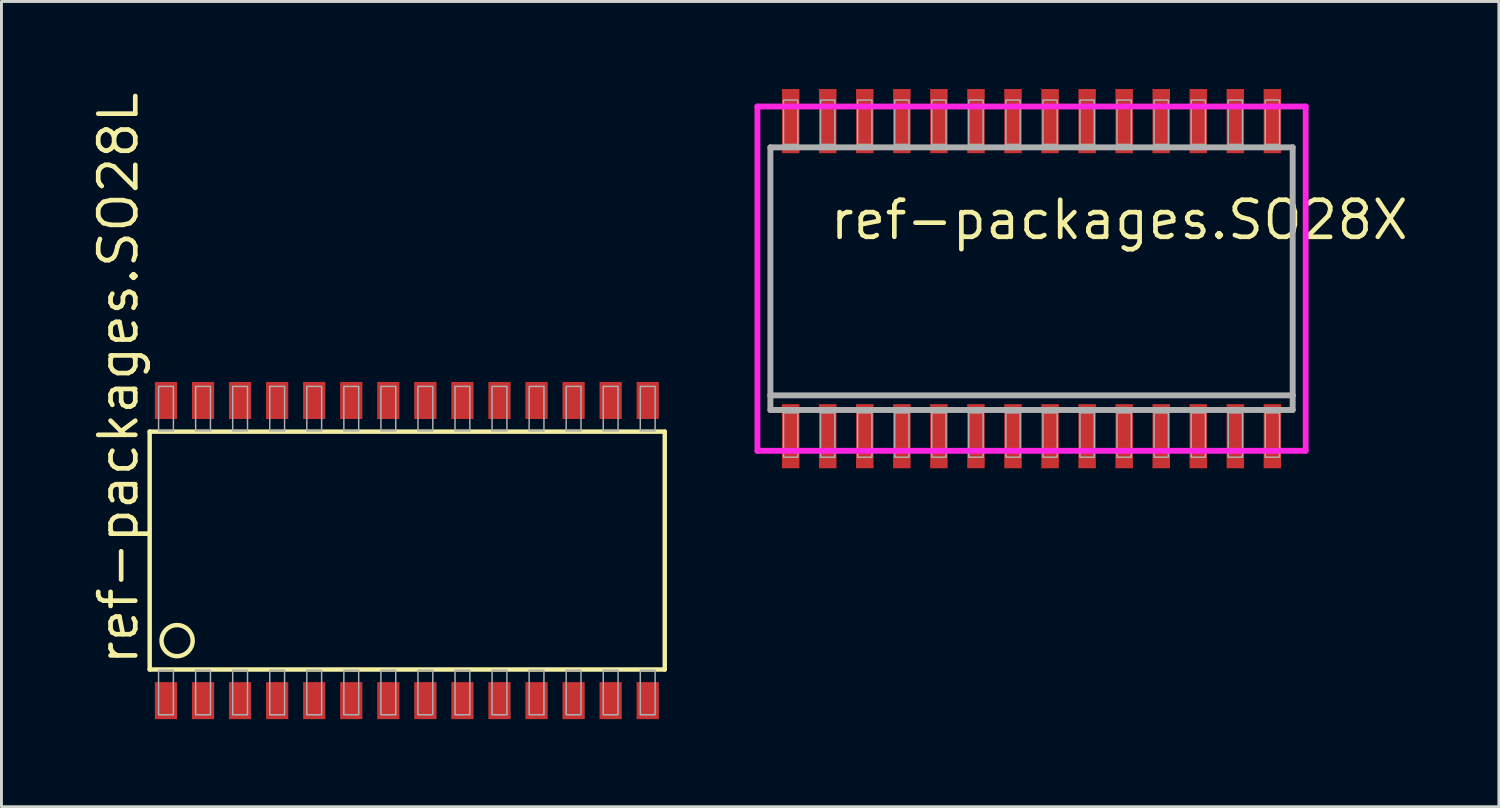
<source format=kicad_pcb>
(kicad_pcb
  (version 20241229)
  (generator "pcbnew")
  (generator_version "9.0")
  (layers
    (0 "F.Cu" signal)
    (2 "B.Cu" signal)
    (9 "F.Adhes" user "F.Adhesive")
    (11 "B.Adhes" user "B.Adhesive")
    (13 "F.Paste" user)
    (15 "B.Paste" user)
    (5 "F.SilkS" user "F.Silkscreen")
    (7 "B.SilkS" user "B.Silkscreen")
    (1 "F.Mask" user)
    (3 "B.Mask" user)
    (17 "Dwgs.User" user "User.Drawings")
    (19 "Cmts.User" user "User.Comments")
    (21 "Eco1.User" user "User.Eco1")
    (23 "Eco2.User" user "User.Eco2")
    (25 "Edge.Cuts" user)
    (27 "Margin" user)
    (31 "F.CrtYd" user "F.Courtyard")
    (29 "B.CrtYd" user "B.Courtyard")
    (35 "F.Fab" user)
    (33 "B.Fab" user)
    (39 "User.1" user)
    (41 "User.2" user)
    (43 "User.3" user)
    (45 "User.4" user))
  (footprint "ref-packages.SO28X"
    (layer "F.Cu")
    (at 32.304 6.5)
    (property "Reference" "ref-packages.SO28X" (at -6.985 -1.27 0) (layer "F.SilkS") (effects (font (size 1.27 1.27) (thickness 0.16)) (justify left bottom)))
    (attr smd)
    (fp_line (start -9.395 -5.9) (end 9.395 -5.9) (stroke (width 0.2) (type default)) (layer "F.CrtYd"))
    (fp_line (start -9.395 5.9) (end -9.395 -5.9) (stroke (width 0.2) (type default)) (layer "F.CrtYd"))
    (fp_line (start 9.395 -5.9) (end 9.395 5.9) (stroke (width 0.2) (type default)) (layer "F.CrtYd"))
    (fp_line (start 9.395 5.9) (end -9.395 5.9) (stroke (width 0.2) (type default)) (layer "F.CrtYd"))
    (fp_line (start -8.95 -4.5) (end 8.95 -4.5) (stroke (width 0.203) (type default)) (layer "F.Fab"))
    (fp_line (start -8.95 4) (end -8.95 -4.5) (stroke (width 0.203) (type default)) (layer "F.Fab"))
    (fp_line (start -8.95 4.5) (end -8.95 4) (stroke (width 0.203) (type default)) (layer "F.Fab"))
    (fp_line (start 8.95 -4.5) (end 8.95 4) (stroke (width 0.203) (type default)) (layer "F.Fab"))
    (fp_line (start 8.95 4) (end -8.95 4) (stroke (width 0.203) (type default)) (layer "F.Fab"))
    (fp_line (start 8.95 4) (end 8.95 4.5) (stroke (width 0.203) (type default)) (layer "F.Fab"))
    (fp_line (start 8.95 4.5) (end -8.95 4.5) (stroke (width 0.203) (type default)) (layer "F.Fab"))
    (fp_rect (start -8.5 -4.6) (end -8.01 -6.12) (stroke (width 0.05) (type default)) (fill no) (layer "F.Fab"))
    (fp_rect (start -8.5 6.12) (end -8.01 4.6) (stroke (width 0.05) (type default)) (fill no) (layer "F.Fab"))
    (fp_rect (start -7.23 -4.6) (end -6.74 -6.12) (stroke (width 0.05) (type default)) (fill no) (layer "F.Fab"))
    (fp_rect (start -7.23 6.12) (end -6.74 4.6) (stroke (width 0.05) (type default)) (fill no) (layer "F.Fab"))
    (fp_rect (start -5.96 -4.6) (end -5.47 -6.12) (stroke (width 0.05) (type default)) (fill no) (layer "F.Fab"))
    (fp_rect (start -5.96 6.12) (end -5.47 4.6) (stroke (width 0.05) (type default)) (fill no) (layer "F.Fab"))
    (fp_rect (start -4.69 -4.6) (end -4.2 -6.12) (stroke (width 0.05) (type default)) (fill no) (layer "F.Fab"))
    (fp_rect (start -4.69 6.12) (end -4.2 4.6) (stroke (width 0.05) (type default)) (fill no) (layer "F.Fab"))
    (fp_rect (start -3.42 -4.6) (end -2.93 -6.12) (stroke (width 0.05) (type default)) (fill no) (layer "F.Fab"))
    (fp_rect (start -3.42 6.12) (end -2.93 4.6) (stroke (width 0.05) (type default)) (fill no) (layer "F.Fab"))
    (fp_rect (start -2.15 -4.6) (end -1.66 -6.12) (stroke (width 0.05) (type default)) (fill no) (layer "F.Fab"))
    (fp_rect (start -2.15 6.12) (end -1.66 4.6) (stroke (width 0.05) (type default)) (fill no) (layer "F.Fab"))
    (fp_rect (start -0.88 -4.6) (end -0.39 -6.12) (stroke (width 0.05) (type default)) (fill no) (layer "F.Fab"))
    (fp_rect (start -0.88 6.12) (end -0.39 4.6) (stroke (width 0.05) (type default)) (fill no) (layer "F.Fab"))
    (fp_rect (start 0.39 -4.6) (end 0.88 -6.12) (stroke (width 0.05) (type default)) (fill no) (layer "F.Fab"))
    (fp_rect (start 0.39 6.12) (end 0.88 4.6) (stroke (width 0.05) (type default)) (fill no) (layer "F.Fab"))
    (fp_rect (start 1.66 -4.6) (end 2.15 -6.12) (stroke (width 0.05) (type default)) (fill no) (layer "F.Fab"))
    (fp_rect (start 1.66 6.12) (end 2.15 4.6) (stroke (width 0.05) (type default)) (fill no) (layer "F.Fab"))
    (fp_rect (start 2.93 -4.6) (end 3.42 -6.12) (stroke (width 0.05) (type default)) (fill no) (layer "F.Fab"))
    (fp_rect (start 2.93 6.12) (end 3.42 4.6) (stroke (width 0.05) (type default)) (fill no) (layer "F.Fab"))
    (fp_rect (start 4.2 -4.6) (end 4.69 -6.12) (stroke (width 0.05) (type default)) (fill no) (layer "F.Fab"))
    (fp_rect (start 4.2 6.12) (end 4.69 4.6) (stroke (width 0.05) (type default)) (fill no) (layer "F.Fab"))
    (fp_rect (start 5.47 -4.6) (end 5.96 -6.12) (stroke (width 0.05) (type default)) (fill no) (layer "F.Fab"))
    (fp_rect (start 5.47 6.12) (end 5.96 4.6) (stroke (width 0.05) (type default)) (fill no) (layer "F.Fab"))
    (fp_rect (start 6.74 -4.6) (end 7.23 -6.12) (stroke (width 0.05) (type default)) (fill no) (layer "F.Fab"))
    (fp_rect (start 6.74 6.12) (end 7.23 4.6) (stroke (width 0.05) (type default)) (fill no) (layer "F.Fab"))
    (fp_rect (start 8.01 -4.6) (end 8.5 -6.12) (stroke (width 0.05) (type default)) (fill no) (layer "F.Fab"))
    (fp_rect (start 8.01 6.12) (end 8.5 4.6) (stroke (width 0.05) (type default)) (fill no) (layer "F.Fab"))
    (pad "1" smd roundrect (at -8.255 5.4) (size 0.6 2.2) (layers "F.Cu" "F.Mask" "F.Paste") (roundrect_rratio 0.01))
    (pad "2" smd roundrect (at -6.985 5.4) (size 0.6 2.2) (layers "F.Cu" "F.Mask" "F.Paste") (roundrect_rratio 0.01))
    (pad "3" smd roundrect (at -5.715 5.4) (size 0.6 2.2) (layers "F.Cu" "F.Mask" "F.Paste") (roundrect_rratio 0.01))
    (pad "4" smd roundrect (at -4.445 5.4) (size 0.6 2.2) (layers "F.Cu" "F.Mask" "F.Paste") (roundrect_rratio 0.01))
    (pad "5" smd roundrect (at -3.175 5.4) (size 0.6 2.2) (layers "F.Cu" "F.Mask" "F.Paste") (roundrect_rratio 0.01))
    (pad "6" smd roundrect (at -1.905 5.4) (size 0.6 2.2) (layers "F.Cu" "F.Mask" "F.Paste") (roundrect_rratio 0.01))
    (pad "7" smd roundrect (at -0.635 5.4) (size 0.6 2.2) (layers "F.Cu" "F.Mask" "F.Paste") (roundrect_rratio 0.01))
    (pad "8" smd roundrect (at 0.635 5.4) (size 0.6 2.2) (layers "F.Cu" "F.Mask" "F.Paste") (roundrect_rratio 0.01))
    (pad "9" smd roundrect (at 1.905 5.4) (size 0.6 2.2) (layers "F.Cu" "F.Mask" "F.Paste") (roundrect_rratio 0.01))
    (pad "10" smd roundrect (at 3.175 5.4) (size 0.6 2.2) (layers "F.Cu" "F.Mask" "F.Paste") (roundrect_rratio 0.01))
    (pad "11" smd roundrect (at 4.445 5.4) (size 0.6 2.2) (layers "F.Cu" "F.Mask" "F.Paste") (roundrect_rratio 0.01))
    (pad "12" smd roundrect (at 5.715 5.4) (size 0.6 2.2) (layers "F.Cu" "F.Mask" "F.Paste") (roundrect_rratio 0.01))
    (pad "13" smd roundrect (at 6.985 5.4) (size 0.6 2.2) (layers "F.Cu" "F.Mask" "F.Paste") (roundrect_rratio 0.01))
    (pad "14" smd roundrect (at 8.255 5.4) (size 0.6 2.2) (layers "F.Cu" "F.Mask" "F.Paste") (roundrect_rratio 0.01))
    (pad "15" smd roundrect (at 8.255 -5.4) (size 0.6 2.2) (layers "F.Cu" "F.Mask" "F.Paste") (roundrect_rratio 0.01))
    (pad "16" smd roundrect (at 6.985 -5.4) (size 0.6 2.2) (layers "F.Cu" "F.Mask" "F.Paste") (roundrect_rratio 0.01))
    (pad "17" smd roundrect (at 5.715 -5.4) (size 0.6 2.2) (layers "F.Cu" "F.Mask" "F.Paste") (roundrect_rratio 0.01))
    (pad "18" smd roundrect (at 4.445 -5.4) (size 0.6 2.2) (layers "F.Cu" "F.Mask" "F.Paste") (roundrect_rratio 0.01))
    (pad "19" smd roundrect (at 3.175 -5.4) (size 0.6 2.2) (layers "F.Cu" "F.Mask" "F.Paste") (roundrect_rratio 0.01))
    (pad "20" smd roundrect (at 1.905 -5.4) (size 0.6 2.2) (layers "F.Cu" "F.Mask" "F.Paste") (roundrect_rratio 0.01))
    (pad "21" smd roundrect (at 0.635 -5.4) (size 0.6 2.2) (layers "F.Cu" "F.Mask" "F.Paste") (roundrect_rratio 0.01))
    (pad "22" smd roundrect (at -0.635 -5.4) (size 0.6 2.2) (layers "F.Cu" "F.Mask" "F.Paste") (roundrect_rratio 0.01))
    (pad "23" smd roundrect (at -1.905 -5.4) (size 0.6 2.2) (layers "F.Cu" "F.Mask" "F.Paste") (roundrect_rratio 0.01))
    (pad "24" smd roundrect (at -3.175 -5.4) (size 0.6 2.2) (layers "F.Cu" "F.Mask" "F.Paste") (roundrect_rratio 0.01))
    (pad "25" smd roundrect (at -4.445 -5.4) (size 0.6 2.2) (layers "F.Cu" "F.Mask" "F.Paste") (roundrect_rratio 0.01))
    (pad "26" smd roundrect (at -5.715 -5.4) (size 0.6 2.2) (layers "F.Cu" "F.Mask" "F.Paste") (roundrect_rratio 0.01))
    (pad "27" smd roundrect (at -6.985 -5.4) (size 0.6 2.2) (layers "F.Cu" "F.Mask" "F.Paste") (roundrect_rratio 0.01))
    (pad "28" smd roundrect (at -8.255 -5.4) (size 0.6 2.2) (layers "F.Cu" "F.Mask" "F.Paste") (roundrect_rratio 0.01)))
  (footprint "ref-packages.SO28L"
    (layer "F.Cu")
    (at 10.259 15.756)
    (property "Reference" "ref-packages.SO28L" (at -8.509 4.064 90) (layer "F.SilkS") (effects (font (size 1.27 1.27) (thickness 0.16)) (justify left bottom)))
    (attr smd)
    (fp_line (start -8.179 -4.013) (end -8.179 4.14) (stroke (width 0.152) (type default)) (layer "F.SilkS"))
    (fp_line (start -8.179 4.14) (end 9.474 4.14) (stroke (width 0.152) (type default)) (layer "F.SilkS"))
    (fp_line (start 9.474 -4.013) (end -8.179 -4.013) (stroke (width 0.152) (type default)) (layer "F.SilkS"))
    (fp_line (start 9.474 4.14) (end 9.474 -4.013) (stroke (width 0.152) (type default)) (layer "F.SilkS"))
    (fp_circle (center -7.239 3.15) (end -6.706 3.15) (stroke (width 0.152) (type default)) (fill no) (layer "F.SilkS"))
    (fp_rect (start -7.874 -4.039) (end -7.366 -5.563) (stroke (width 0.05) (type default)) (fill no) (layer "F.Fab"))
    (fp_rect (start -7.874 5.69) (end -7.366 4.166) (stroke (width 0.05) (type default)) (fill no) (layer "F.Fab"))
    (fp_rect (start -6.604 -4.039) (end -6.096 -5.563) (stroke (width 0.05) (type default)) (fill no) (layer "F.Fab"))
    (fp_rect (start -6.604 5.69) (end -6.096 4.166) (stroke (width 0.05) (type default)) (fill no) (layer "F.Fab"))
    (fp_rect (start -5.334 -4.039) (end -4.826 -5.563) (stroke (width 0.05) (type default)) (fill no) (layer "F.Fab"))
    (fp_rect (start -5.334 5.69) (end -4.826 4.166) (stroke (width 0.05) (type default)) (fill no) (layer "F.Fab"))
    (fp_rect (start -4.064 -4.039) (end -3.556 -5.563) (stroke (width 0.05) (type default)) (fill no) (layer "F.Fab"))
    (fp_rect (start -4.064 5.69) (end -3.556 4.166) (stroke (width 0.05) (type default)) (fill no) (layer "F.Fab"))
    (fp_rect (start -2.794 -4.039) (end -2.286 -5.563) (stroke (width 0.05) (type default)) (fill no) (layer "F.Fab"))
    (fp_rect (start -2.794 5.69) (end -2.286 4.166) (stroke (width 0.05) (type default)) (fill no) (layer "F.Fab"))
    (fp_rect (start -1.524 -4.039) (end -1.016 -5.563) (stroke (width 0.05) (type default)) (fill no) (layer "F.Fab"))
    (fp_rect (start -1.524 5.69) (end -1.016 4.166) (stroke (width 0.05) (type default)) (fill no) (layer "F.Fab"))
    (fp_rect (start -0.254 -4.039) (end 0.254 -5.563) (stroke (width 0.05) (type default)) (fill no) (layer "F.Fab"))
    (fp_rect (start -0.254 5.69) (end 0.254 4.166) (stroke (width 0.05) (type default)) (fill no) (layer "F.Fab"))
    (fp_rect (start 1.016 -4.039) (end 1.524 -5.563) (stroke (width 0.05) (type default)) (fill no) (layer "F.Fab"))
    (fp_rect (start 1.016 5.69) (end 1.524 4.166) (stroke (width 0.05) (type default)) (fill no) (layer "F.Fab"))
    (fp_rect (start 2.286 -4.039) (end 2.794 -5.563) (stroke (width 0.05) (type default)) (fill no) (layer "F.Fab"))
    (fp_rect (start 2.286 5.69) (end 2.794 4.166) (stroke (width 0.05) (type default)) (fill no) (layer "F.Fab"))
    (fp_rect (start 3.556 -4.039) (end 4.064 -5.563) (stroke (width 0.05) (type default)) (fill no) (layer "F.Fab"))
    (fp_rect (start 3.556 5.69) (end 4.064 4.166) (stroke (width 0.05) (type default)) (fill no) (layer "F.Fab"))
    (fp_rect (start 4.826 -4.039) (end 5.334 -5.563) (stroke (width 0.05) (type default)) (fill no) (layer "F.Fab"))
    (fp_rect (start 4.826 5.69) (end 5.334 4.166) (stroke (width 0.05) (type default)) (fill no) (layer "F.Fab"))
    (fp_rect (start 6.096 -4.039) (end 6.604 -5.563) (stroke (width 0.05) (type default)) (fill no) (layer "F.Fab"))
    (fp_rect (start 6.096 5.69) (end 6.604 4.166) (stroke (width 0.05) (type default)) (fill no) (layer "F.Fab"))
    (fp_rect (start 7.366 -4.039) (end 7.874 -5.563) (stroke (width 0.05) (type default)) (fill no) (layer "F.Fab"))
    (fp_rect (start 7.366 5.69) (end 7.874 4.166) (stroke (width 0.05) (type default)) (fill no) (layer "F.Fab"))
    (fp_rect (start 8.636 -4.039) (end 9.144 -5.563) (stroke (width 0.05) (type default)) (fill no) (layer "F.Fab"))
    (fp_rect (start 8.636 5.69) (end 9.144 4.166) (stroke (width 0.05) (type default)) (fill no) (layer "F.Fab"))
    (pad "1" smd roundrect (at -7.62 5.207) (size 0.762 1.27) (layers "F.Cu" "F.Mask" "F.Paste") (roundrect_rratio 0.01))
    (pad "2" smd roundrect (at -6.35 5.207) (size 0.762 1.27) (layers "F.Cu" "F.Mask" "F.Paste") (roundrect_rratio 0.01))
    (pad "3" smd roundrect (at -5.08 5.207) (size 0.762 1.27) (layers "F.Cu" "F.Mask" "F.Paste") (roundrect_rratio 0.01))
    (pad "4" smd roundrect (at -3.81 5.207) (size 0.762 1.27) (layers "F.Cu" "F.Mask" "F.Paste") (roundrect_rratio 0.01))
    (pad "5" smd roundrect (at -2.54 5.207) (size 0.762 1.27) (layers "F.Cu" "F.Mask" "F.Paste") (roundrect_rratio 0.01))
    (pad "6" smd roundrect (at -1.27 5.207) (size 0.762 1.27) (layers "F.Cu" "F.Mask" "F.Paste") (roundrect_rratio 0.01))
    (pad "7" smd roundrect (at 0 5.207) (size 0.762 1.27) (layers "F.Cu" "F.Mask" "F.Paste") (roundrect_rratio 0.01))
    (pad "8" smd roundrect (at 1.27 5.207) (size 0.762 1.27) (layers "F.Cu" "F.Mask" "F.Paste") (roundrect_rratio 0.01))
    (pad "9" smd roundrect (at 2.54 5.207) (size 0.762 1.27) (layers "F.Cu" "F.Mask" "F.Paste") (roundrect_rratio 0.01))
    (pad "10" smd roundrect (at 3.81 5.207) (size 0.762 1.27) (layers "F.Cu" "F.Mask" "F.Paste") (roundrect_rratio 0.01))
    (pad "11" smd roundrect (at 5.08 5.207) (size 0.762 1.27) (layers "F.Cu" "F.Mask" "F.Paste") (roundrect_rratio 0.01))
    (pad "12" smd roundrect (at 6.35 5.207) (size 0.762 1.27) (layers "F.Cu" "F.Mask" "F.Paste") (roundrect_rratio 0.01))
    (pad "13" smd roundrect (at 7.62 5.207) (size 0.762 1.27) (layers "F.Cu" "F.Mask" "F.Paste") (roundrect_rratio 0.01))
    (pad "14" smd roundrect (at 8.89 5.207) (size 0.762 1.27) (layers "F.Cu" "F.Mask" "F.Paste") (roundrect_rratio 0.01))
    (pad "15" smd roundrect (at 8.89 -5.08) (size 0.762 1.27) (layers "F.Cu" "F.Mask" "F.Paste") (roundrect_rratio 0.01))
    (pad "16" smd roundrect (at 7.62 -5.08) (size 0.762 1.27) (layers "F.Cu" "F.Mask" "F.Paste") (roundrect_rratio 0.01))
    (pad "17" smd roundrect (at 6.35 -5.08) (size 0.762 1.27) (layers "F.Cu" "F.Mask" "F.Paste") (roundrect_rratio 0.01))
    (pad "18" smd roundrect (at 5.08 -5.08) (size 0.762 1.27) (layers "F.Cu" "F.Mask" "F.Paste") (roundrect_rratio 0.01))
    (pad "19" smd roundrect (at 3.81 -5.08) (size 0.762 1.27) (layers "F.Cu" "F.Mask" "F.Paste") (roundrect_rratio 0.01))
    (pad "20" smd roundrect (at 2.54 -5.08) (size 0.762 1.27) (layers "F.Cu" "F.Mask" "F.Paste") (roundrect_rratio 0.01))
    (pad "21" smd roundrect (at 1.27 -5.08) (size 0.762 1.27) (layers "F.Cu" "F.Mask" "F.Paste") (roundrect_rratio 0.01))
    (pad "22" smd roundrect (at 0 -5.08) (size 0.762 1.27) (layers "F.Cu" "F.Mask" "F.Paste") (roundrect_rratio 0.01))
    (pad "23" smd roundrect (at -1.27 -5.08) (size 0.762 1.27) (layers "F.Cu" "F.Mask" "F.Paste") (roundrect_rratio 0.01))
    (pad "24" smd roundrect (at -2.54 -5.08) (size 0.762 1.27) (layers "F.Cu" "F.Mask" "F.Paste") (roundrect_rratio 0.01))
    (pad "25" smd roundrect (at -3.81 -5.08) (size 0.762 1.27) (layers "F.Cu" "F.Mask" "F.Paste") (roundrect_rratio 0.01))
    (pad "26" smd roundrect (at -5.08 -5.08) (size 0.762 1.27) (layers "F.Cu" "F.Mask" "F.Paste") (roundrect_rratio 0.01))
    (pad "27" smd roundrect (at -6.35 -5.08) (size 0.762 1.27) (layers "F.Cu" "F.Mask" "F.Paste") (roundrect_rratio 0.01))
    (pad "28" smd roundrect (at -7.62 -5.08) (size 0.762 1.27) (layers "F.Cu" "F.Mask" "F.Paste") (roundrect_rratio 0.01)))
  (gr_rect
    (start -3 -3)
    (end 48.321 24.598)
    (stroke (width 0.1) (type default))
    (fill no)
    (layer "Edge.Cuts")))
</source>
